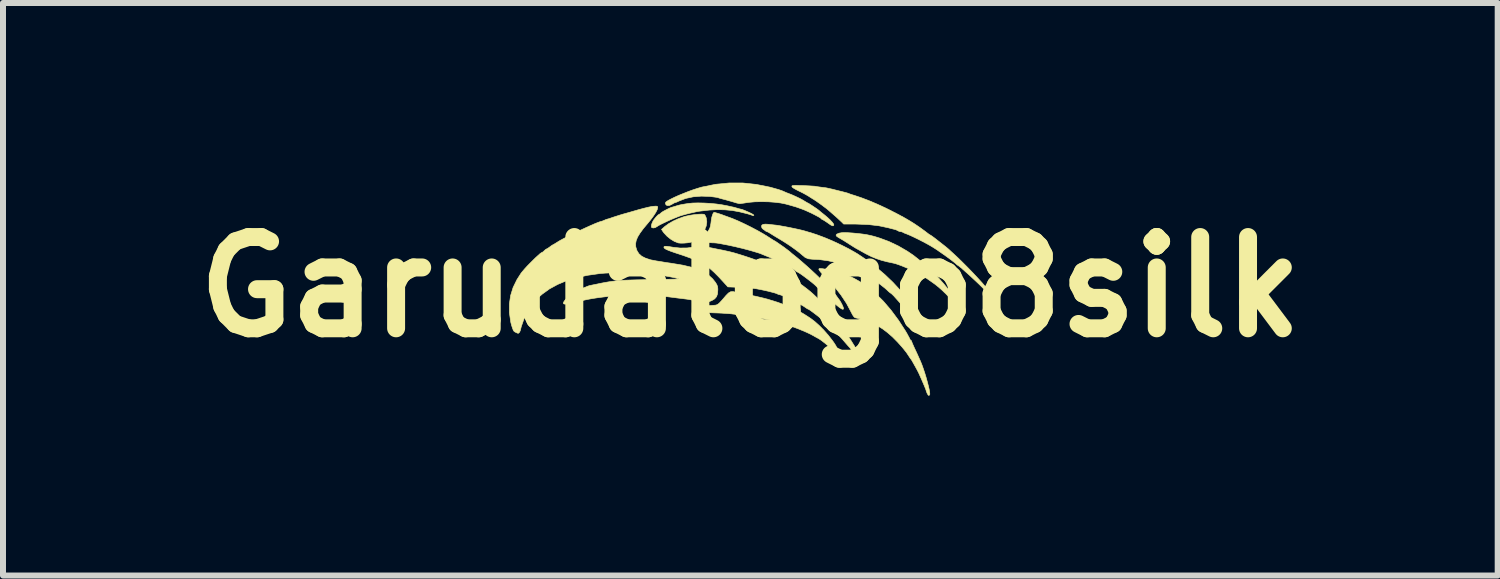
<source format=kicad_pcb>
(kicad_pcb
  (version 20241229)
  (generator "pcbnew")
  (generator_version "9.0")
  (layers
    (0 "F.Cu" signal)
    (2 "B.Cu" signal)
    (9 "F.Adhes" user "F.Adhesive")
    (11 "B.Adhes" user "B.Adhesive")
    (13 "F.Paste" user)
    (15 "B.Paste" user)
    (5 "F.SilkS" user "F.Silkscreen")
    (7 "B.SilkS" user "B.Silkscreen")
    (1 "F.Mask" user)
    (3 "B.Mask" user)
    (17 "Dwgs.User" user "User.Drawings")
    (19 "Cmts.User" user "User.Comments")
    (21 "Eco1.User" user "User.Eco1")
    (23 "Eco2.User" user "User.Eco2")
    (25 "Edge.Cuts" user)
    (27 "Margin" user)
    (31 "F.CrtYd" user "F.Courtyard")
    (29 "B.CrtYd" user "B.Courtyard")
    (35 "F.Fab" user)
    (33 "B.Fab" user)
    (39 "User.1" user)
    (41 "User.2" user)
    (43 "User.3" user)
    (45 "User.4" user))
  (footprint "Garudalogo8silk"
    (layer "F.Cu")
    (at 6.898 1.222)
    (property "Reference" "Garudalogo8silk" (at 2.58 0.52 0) (layer "F.SilkS") (effects (font (size 1.524 1.524) (thickness 0.3))))
    (attr through_hole)
    (fp_poly (pts (xy 1.8 -0.695) (xy 1.814 -0.691) (xy 1.826 -0.673) (xy 1.84 -0.643) (xy 1.844 -0.631) (xy 1.853 -0.567) (xy 1.843 -0.499) (xy 1.815 -0.431) (xy 1.771 -0.365) (xy 1.713 -0.305) (xy 1.643 -0.254) (xy 1.613 -0.237) (xy 1.578 -0.226) (xy 1.529 -0.218) (xy 1.473 -0.213) (xy 1.42 -0.212) (xy 1.377 -0.216) (xy 1.372 -0.218) (xy 1.311 -0.242) (xy 1.247 -0.281) (xy 1.186 -0.331) (xy 1.135 -0.386) (xy 1.119 -0.408) (xy 1.097 -0.442) (xy 1.154 -0.492) (xy 1.214 -0.536) (xy 1.29 -0.58) (xy 1.375 -0.619) (xy 1.463 -0.651) (xy 1.489 -0.659) (xy 1.542 -0.671) (xy 1.601 -0.682) (xy 1.661 -0.69) (xy 1.718 -0.695) (xy 1.766 -0.697) (xy 1.8 -0.695)) (stroke (width 0.01) (type solid)) (fill yes) (layer "F.SilkS"))
    (fp_poly (pts (xy 1.805 -0.882) (xy 1.909 -0.876) (xy 2.013 -0.866) (xy 2.11 -0.852) (xy 2.194 -0.836) (xy 2.235 -0.827) (xy 2.269 -0.819) (xy 2.286 -0.816) (xy 2.311 -0.81) (xy 2.346 -0.8) (xy 2.361 -0.796) (xy 2.394 -0.786) (xy 2.419 -0.78) (xy 2.425 -0.779) (xy 2.442 -0.775) (xy 2.472 -0.763) (xy 2.488 -0.757) (xy 2.559 -0.726) (xy 2.607 -0.702) (xy 2.634 -0.685) (xy 2.639 -0.676) (xy 2.638 -0.675) (xy 2.618 -0.673) (xy 2.614 -0.675) (xy 2.598 -0.682) (xy 2.566 -0.692) (xy 2.526 -0.704) (xy 2.525 -0.704) (xy 2.396 -0.736) (xy 2.275 -0.758) (xy 2.155 -0.769) (xy 2.031 -0.772) (xy 1.897 -0.765) (xy 1.749 -0.748) (xy 1.717 -0.744) (xy 1.684 -0.738) (xy 1.635 -0.727) (xy 1.577 -0.714) (xy 1.517 -0.699) (xy 1.463 -0.684) (xy 1.42 -0.672) (xy 1.414 -0.67) (xy 1.369 -0.653) (xy 1.314 -0.631) (xy 1.252 -0.605) (xy 1.19 -0.577) (xy 1.131 -0.549) (xy 1.08 -0.524) (xy 1.042 -0.503) (xy 1.021 -0.489) (xy 0.992 -0.472) (xy 0.961 -0.466) (xy 0.936 -0.471) (xy 0.932 -0.475) (xy 0.927 -0.497) (xy 0.933 -0.53) (xy 0.948 -0.568) (xy 0.964 -0.596) (xy 0.992 -0.632) (xy 1.019 -0.663) (xy 1.042 -0.685) (xy 1.054 -0.692) (xy 1.07 -0.7) (xy 1.079 -0.709) (xy 1.099 -0.726) (xy 1.127 -0.744) (xy 1.129 -0.745) (xy 1.19 -0.777) (xy 1.233 -0.798) (xy 1.262 -0.81) (xy 1.274 -0.813) (xy 1.296 -0.819) (xy 1.329 -0.829) (xy 1.345 -0.834) (xy 1.39 -0.847) (xy 1.44 -0.858) (xy 1.454 -0.86) (xy 1.496 -0.867) (xy 1.535 -0.873) (xy 1.547 -0.875) (xy 1.618 -0.882) (xy 1.706 -0.884) (xy 1.805 -0.882)) (stroke (width 0.01) (type solid)) (fill yes) (layer "F.SilkS"))
    (fp_poly (pts (xy 4.207 -0.387) (xy 4.28 -0.382) (xy 4.283 -0.382) (xy 4.377 -0.373) (xy 4.455 -0.364) (xy 4.522 -0.354) (xy 4.584 -0.341) (xy 4.648 -0.325) (xy 4.719 -0.303) (xy 4.739 -0.297) (xy 4.893 -0.24) (xy 5.049 -0.166) (xy 5.199 -0.079) (xy 5.304 -0.008) (xy 5.339 0.02) (xy 5.384 0.055) (xy 5.434 0.096) (xy 5.485 0.138) (xy 5.534 0.179) (xy 5.576 0.215) (xy 5.609 0.244) (xy 5.627 0.262) (xy 5.628 0.263) (xy 5.642 0.278) (xy 5.668 0.307) (xy 5.702 0.346) (xy 5.742 0.391) (xy 5.753 0.404) (xy 5.801 0.458) (xy 5.849 0.516) (xy 5.894 0.572) (xy 5.929 0.618) (xy 5.967 0.67) (xy 6.012 0.73) (xy 6.055 0.79) (xy 6.072 0.813) (xy 6.114 0.872) (xy 6.138 0.916) (xy 6.147 0.944) (xy 6.14 0.958) (xy 6.132 0.959) (xy 6.114 0.951) (xy 6.094 0.933) (xy 6.072 0.906) (xy 6.047 0.872) (xy 6.043 0.866) (xy 5.991 0.796) (xy 5.924 0.718) (xy 5.849 0.639) (xy 5.771 0.564) (xy 5.694 0.498) (xy 5.645 0.461) (xy 5.581 0.416) (xy 5.531 0.381) (xy 5.489 0.354) (xy 5.452 0.331) (xy 5.414 0.309) (xy 5.37 0.285) (xy 5.362 0.281) (xy 5.312 0.255) (xy 5.252 0.227) (xy 5.186 0.199) (xy 5.121 0.172) (xy 5.06 0.149) (xy 5.01 0.132) (xy 4.977 0.123) (xy 4.864 0.099) (xy 4.768 0.074) (xy 4.682 0.045) (xy 4.599 0.011) (xy 4.513 -0.032) (xy 4.468 -0.057) (xy 4.427 -0.08) (xy 4.389 -0.101) (xy 4.366 -0.114) (xy 4.347 -0.124) (xy 4.331 -0.134) (xy 4.311 -0.146) (xy 4.284 -0.163) (xy 4.246 -0.187) (xy 4.196 -0.219) (xy 4.149 -0.249) (xy 4.104 -0.276) (xy 4.068 -0.297) (xy 4.055 -0.304) (xy 4.022 -0.326) (xy 4.011 -0.346) (xy 4.024 -0.363) (xy 4.059 -0.378) (xy 4.072 -0.381) (xy 4.108 -0.387) (xy 4.152 -0.389) (xy 4.207 -0.387)) (stroke (width 0.01) (type solid)) (fill yes) (layer "F.SilkS"))
    (fp_poly (pts (xy 2.337 0.607) (xy 2.369 0.617) (xy 2.415 0.627) (xy 2.463 0.636) (xy 2.465 0.636) (xy 2.673 0.675) (xy 2.864 0.722) (xy 3.041 0.777) (xy 3.21 0.841) (xy 3.319 0.891) (xy 3.372 0.916) (xy 3.413 0.937) (xy 3.45 0.957) (xy 3.488 0.98) (xy 3.533 1.009) (xy 3.585 1.043) (xy 3.654 1.095) (xy 3.73 1.163) (xy 3.807 1.241) (xy 3.881 1.325) (xy 3.947 1.41) (xy 3.974 1.447) (xy 3.994 1.478) (xy 4.008 1.5) (xy 4.012 1.508) (xy 4.017 1.52) (xy 4.031 1.546) (xy 4.051 1.584) (xy 4.062 1.604) (xy 4.088 1.652) (xy 4.102 1.684) (xy 4.105 1.701) (xy 4.098 1.709) (xy 4.092 1.709) (xy 4.081 1.701) (xy 4.058 1.68) (xy 4.028 1.649) (xy 4.004 1.624) (xy 3.947 1.565) (xy 3.885 1.508) (xy 3.823 1.456) (xy 3.766 1.412) (xy 3.718 1.38) (xy 3.7 1.371) (xy 3.68 1.36) (xy 3.649 1.343) (xy 3.631 1.332) (xy 3.559 1.295) (xy 3.47 1.255) (xy 3.369 1.214) (xy 3.26 1.174) (xy 3.149 1.137) (xy 3.042 1.105) (xy 2.943 1.079) (xy 2.863 1.062) (xy 2.823 1.055) (xy 2.771 1.045) (xy 2.717 1.035) (xy 2.707 1.033) (xy 2.596 1.013) (xy 2.502 0.997) (xy 2.424 0.987) (xy 2.383 0.982) (xy 2.331 0.976) (xy 2.277 0.97) (xy 2.274 0.969) (xy 2.229 0.965) (xy 2.168 0.961) (xy 2.098 0.956) (xy 2.024 0.953) (xy 1.991 0.952) (xy 1.911 0.949) (xy 1.851 0.946) (xy 1.807 0.943) (xy 1.777 0.939) (xy 1.758 0.933) (xy 1.746 0.925) (xy 1.739 0.914) (xy 1.735 0.907) (xy 1.728 0.884) (xy 1.731 0.866) (xy 1.747 0.853) (xy 1.779 0.843) (xy 1.827 0.836) (xy 1.896 0.83) (xy 1.939 0.827) (xy 1.972 0.825) (xy 1.998 0.823) (xy 2.02 0.817) (xy 2.04 0.806) (xy 2.063 0.787) (xy 2.091 0.757) (xy 2.128 0.715) (xy 2.176 0.659) (xy 2.215 0.62) (xy 2.251 0.599) (xy 2.29 0.596) (xy 2.337 0.607)) (stroke (width 0.01) (type solid)) (fill yes) (layer "F.SilkS"))
    (fp_poly (pts (xy 3.776 0.213) (xy 3.82 0.22) (xy 3.865 0.227) (xy 3.867 0.228) (xy 3.911 0.236) (xy 3.968 0.249) (xy 4.033 0.266) (xy 4.096 0.283) (xy 4.129 0.293) (xy 4.19 0.317) (xy 4.263 0.351) (xy 4.343 0.393) (xy 4.423 0.439) (xy 4.496 0.487) (xy 4.529 0.511) (xy 4.665 0.623) (xy 4.8 0.756) (xy 4.93 0.908) (xy 5.056 1.078) (xy 5.166 1.248) (xy 5.194 1.295) (xy 5.217 1.338) (xy 5.234 1.369) (xy 5.241 1.384) (xy 5.251 1.404) (xy 5.259 1.409) (xy 5.27 1.418) (xy 5.27 1.42) (xy 5.275 1.435) (xy 5.287 1.466) (xy 5.305 1.506) (xy 5.317 1.533) (xy 5.343 1.588) (xy 5.363 1.631) (xy 5.381 1.671) (xy 5.401 1.716) (xy 5.42 1.758) (xy 5.443 1.814) (xy 5.467 1.881) (xy 5.491 1.953) (xy 5.514 2.028) (xy 5.534 2.101) (xy 5.552 2.17) (xy 5.566 2.23) (xy 5.574 2.277) (xy 5.576 2.307) (xy 5.575 2.315) (xy 5.563 2.331) (xy 5.549 2.325) (xy 5.532 2.295) (xy 5.53 2.291) (xy 5.519 2.262) (xy 5.513 2.243) (xy 5.513 2.241) (xy 5.508 2.227) (xy 5.496 2.197) (xy 5.479 2.156) (xy 5.458 2.107) (xy 5.436 2.056) (xy 5.414 2.007) (xy 5.395 1.964) (xy 5.394 1.963) (xy 5.379 1.932) (xy 5.358 1.892) (xy 5.333 1.847) (xy 5.308 1.802) (xy 5.286 1.763) (xy 5.269 1.734) (xy 5.259 1.721) (xy 5.259 1.721) (xy 5.248 1.707) (xy 5.241 1.696) (xy 5.186 1.613) (xy 5.116 1.526) (xy 5.037 1.438) (xy 4.954 1.354) (xy 4.87 1.281) (xy 4.792 1.222) (xy 4.782 1.215) (xy 4.693 1.161) (xy 4.607 1.118) (xy 4.519 1.084) (xy 4.421 1.055) (xy 4.329 1.033) (xy 4.31 1.019) (xy 4.285 0.982) (xy 4.266 0.945) (xy 4.186 0.794) (xy 4.094 0.655) (xy 3.988 0.52) (xy 3.864 0.386) (xy 3.848 0.37) (xy 3.792 0.314) (xy 3.754 0.271) (xy 3.731 0.241) (xy 3.723 0.222) (xy 3.731 0.212) (xy 3.752 0.211) (xy 3.776 0.213)) (stroke (width 0.01) (type solid)) (fill yes) (layer "F.SilkS"))
    (fp_poly (pts (xy 2.883 -0.527) (xy 2.933 -0.521) (xy 2.987 -0.515) (xy 3.007 -0.513) (xy 3.046 -0.508) (xy 3.101 -0.498) (xy 3.168 -0.486) (xy 3.24 -0.472) (xy 3.312 -0.457) (xy 3.378 -0.443) (xy 3.433 -0.43) (xy 3.469 -0.421) (xy 3.51 -0.409) (xy 3.56 -0.394) (xy 3.59 -0.386) (xy 3.704 -0.348) (xy 3.831 -0.3) (xy 3.963 -0.244) (xy 4.095 -0.182) (xy 4.222 -0.118) (xy 4.335 -0.054) (xy 4.37 -0.033) (xy 4.527 0.072) (xy 4.68 0.189) (xy 4.826 0.313) (xy 4.961 0.442) (xy 5.081 0.572) (xy 5.183 0.7) (xy 5.207 0.734) (xy 5.233 0.771) (xy 5.256 0.8) (xy 5.27 0.816) (xy 5.272 0.818) (xy 5.282 0.831) (xy 5.282 0.833) (xy 5.287 0.848) (xy 5.303 0.876) (xy 5.323 0.91) (xy 5.351 0.956) (xy 5.381 1.01) (xy 5.41 1.067) (xy 5.436 1.122) (xy 5.458 1.171) (xy 5.473 1.209) (xy 5.478 1.232) (xy 5.473 1.254) (xy 5.458 1.256) (xy 5.434 1.239) (xy 5.402 1.201) (xy 5.391 1.187) (xy 5.362 1.148) (xy 5.325 1.097) (xy 5.284 1.042) (xy 5.252 0.997) (xy 5.221 0.956) (xy 5.182 0.908) (xy 5.139 0.856) (xy 5.094 0.803) (xy 5.049 0.752) (xy 5.007 0.705) (xy 4.972 0.666) (xy 4.944 0.639) (xy 4.928 0.625) (xy 4.925 0.624) (xy 4.913 0.616) (xy 4.89 0.597) (xy 4.866 0.574) (xy 4.827 0.539) (xy 4.78 0.502) (xy 4.751 0.479) (xy 4.717 0.455) (xy 4.689 0.435) (xy 4.676 0.424) (xy 4.632 0.393) (xy 4.571 0.356) (xy 4.499 0.315) (xy 4.42 0.273) (xy 4.339 0.234) (xy 4.261 0.198) (xy 4.196 0.172) (xy 4.039 0.12) (xy 3.88 0.082) (xy 3.725 0.061) (xy 3.613 0.056) (xy 3.549 0.049) (xy 3.496 0.027) (xy 3.446 -0.014) (xy 3.405 -0.049) (xy 3.349 -0.093) (xy 3.28 -0.143) (xy 3.204 -0.195) (xy 3.124 -0.246) (xy 3.065 -0.282) (xy 3.013 -0.313) (xy 2.965 -0.342) (xy 2.927 -0.366) (xy 2.903 -0.381) (xy 2.901 -0.382) (xy 2.876 -0.397) (xy 2.859 -0.404) (xy 2.858 -0.404) (xy 2.841 -0.411) (xy 2.831 -0.418) (xy 2.808 -0.436) (xy 2.793 -0.445) (xy 2.774 -0.466) (xy 2.767 -0.488) (xy 2.771 -0.512) (xy 2.792 -0.525) (xy 2.83 -0.53) (xy 2.883 -0.527)) (stroke (width 0.01) (type solid)) (fill yes) (layer "F.SilkS"))
    (fp_poly (pts (xy 2.452 -1.217) (xy 2.68 -1.193) (xy 2.909 -1.147) (xy 3.048 -1.108) (xy 3.089 -1.094) (xy 3.122 -1.082) (xy 3.139 -1.074) (xy 3.14 -1.074) (xy 3.157 -1.066) (xy 3.187 -1.053) (xy 3.209 -1.045) (xy 3.273 -1.02) (xy 3.342 -0.989) (xy 3.409 -0.957) (xy 3.464 -0.927) (xy 3.481 -0.916) (xy 3.511 -0.898) (xy 3.532 -0.886) (xy 3.538 -0.883) (xy 3.551 -0.877) (xy 3.578 -0.86) (xy 3.612 -0.838) (xy 3.649 -0.813) (xy 3.684 -0.79) (xy 3.711 -0.77) (xy 3.723 -0.761) (xy 3.74 -0.746) (xy 3.769 -0.722) (xy 3.806 -0.692) (xy 3.817 -0.684) (xy 3.867 -0.642) (xy 3.911 -0.601) (xy 3.945 -0.565) (xy 3.967 -0.536) (xy 3.974 -0.517) (xy 3.974 -0.516) (xy 3.965 -0.503) (xy 3.948 -0.503) (xy 3.92 -0.517) (xy 3.885 -0.542) (xy 3.847 -0.568) (xy 3.812 -0.591) (xy 3.79 -0.603) (xy 3.767 -0.615) (xy 3.758 -0.626) (xy 3.758 -0.626) (xy 3.748 -0.634) (xy 3.721 -0.65) (xy 3.682 -0.671) (xy 3.636 -0.695) (xy 3.585 -0.72) (xy 3.535 -0.743) (xy 3.49 -0.763) (xy 3.455 -0.777) (xy 3.452 -0.778) (xy 3.414 -0.792) (xy 3.382 -0.803) (xy 3.371 -0.807) (xy 3.343 -0.817) (xy 3.298 -0.83) (xy 3.239 -0.847) (xy 3.173 -0.865) (xy 3.169 -0.866) (xy 3.087 -0.883) (xy 2.988 -0.895) (xy 2.88 -0.903) (xy 2.768 -0.905) (xy 2.659 -0.903) (xy 2.558 -0.894) (xy 2.517 -0.888) (xy 2.473 -0.881) (xy 2.435 -0.876) (xy 2.413 -0.872) (xy 2.39 -0.874) (xy 2.354 -0.882) (xy 2.32 -0.892) (xy 2.275 -0.906) (xy 2.218 -0.922) (xy 2.161 -0.938) (xy 2.153 -0.94) (xy 2.106 -0.952) (xy 2.067 -0.963) (xy 2.042 -0.971) (xy 2.037 -0.973) (xy 2.019 -0.977) (xy 1.983 -0.982) (xy 1.937 -0.988) (xy 1.905 -0.992) (xy 1.762 -0.997) (xy 1.626 -0.986) (xy 1.501 -0.959) (xy 1.389 -0.916) (xy 1.383 -0.913) (xy 1.351 -0.898) (xy 1.328 -0.89) (xy 1.323 -0.889) (xy 1.307 -0.883) (xy 1.28 -0.867) (xy 1.268 -0.86) (xy 1.231 -0.842) (xy 1.198 -0.839) (xy 1.173 -0.85) (xy 1.162 -0.874) (xy 1.163 -0.888) (xy 1.175 -0.903) (xy 1.207 -0.924) (xy 1.254 -0.949) (xy 1.313 -0.978) (xy 1.382 -1.009) (xy 1.458 -1.04) (xy 1.536 -1.071) (xy 1.615 -1.1) (xy 1.691 -1.125) (xy 1.761 -1.146) (xy 1.778 -1.15) (xy 2.001 -1.195) (xy 2.226 -1.217) (xy 2.452 -1.217)) (stroke (width 0.01) (type solid)) (fill yes) (layer "F.SilkS"))
    (fp_poly (pts (xy 1.99 -0.724) (xy 2.019 -0.715) (xy 2.056 -0.704) (xy 2.091 -0.692) (xy 2.118 -0.683) (xy 2.124 -0.68) (xy 2.149 -0.671) (xy 2.185 -0.658) (xy 2.199 -0.653) (xy 2.281 -0.623) (xy 2.378 -0.582) (xy 2.483 -0.533) (xy 2.592 -0.479) (xy 2.7 -0.422) (xy 2.802 -0.364) (xy 2.892 -0.308) (xy 2.921 -0.289) (xy 2.951 -0.27) (xy 2.972 -0.257) (xy 2.979 -0.254) (xy 2.991 -0.247) (xy 3.018 -0.23) (xy 3.054 -0.205) (xy 3.096 -0.176) (xy 3.14 -0.145) (xy 3.18 -0.115) (xy 3.213 -0.09) (xy 3.235 -0.073) (xy 3.239 -0.07) (xy 3.26 -0.051) (xy 3.288 -0.027) (xy 3.294 -0.023) (xy 3.36 0.03) (xy 3.433 0.092) (xy 3.512 0.161) (xy 3.593 0.234) (xy 3.675 0.31) (xy 3.753 0.386) (xy 3.827 0.458) (xy 3.893 0.525) (xy 3.948 0.583) (xy 3.99 0.632) (xy 4.009 0.656) (xy 4.033 0.691) (xy 4.053 0.718) (xy 4.064 0.732) (xy 4.075 0.748) (xy 4.093 0.779) (xy 4.11 0.811) (xy 4.13 0.856) (xy 4.136 0.883) (xy 4.127 0.893) (xy 4.103 0.885) (xy 4.064 0.859) (xy 4.057 0.853) (xy 4.027 0.829) (xy 3.985 0.793) (xy 3.937 0.75) (xy 3.884 0.702) (xy 3.831 0.653) (xy 3.781 0.607) (xy 3.738 0.566) (xy 3.705 0.533) (xy 3.685 0.512) (xy 3.685 0.511) (xy 3.665 0.492) (xy 3.633 0.464) (xy 3.591 0.43) (xy 3.543 0.393) (xy 3.494 0.356) (xy 3.448 0.322) (xy 3.407 0.294) (xy 3.376 0.275) (xy 3.359 0.267) (xy 3.358 0.267) (xy 3.342 0.258) (xy 3.325 0.243) (xy 3.306 0.226) (xy 3.293 0.22) (xy 3.278 0.214) (xy 3.252 0.198) (xy 3.233 0.186) (xy 3.204 0.167) (xy 3.184 0.158) (xy 3.178 0.157) (xy 3.167 0.154) (xy 3.158 0.145) (xy 3.139 0.13) (xy 3.13 0.127) (xy 3.113 0.122) (xy 3.084 0.109) (xy 3.053 0.094) (xy 3.013 0.074) (xy 2.96 0.05) (xy 2.905 0.026) (xy 2.886 0.018) (xy 2.838 -0.001) (xy 2.797 -0.018) (xy 2.768 -0.03) (xy 2.759 -0.034) (xy 2.735 -0.043) (xy 2.694 -0.056) (xy 2.643 -0.071) (xy 2.586 -0.088) (xy 2.531 -0.103) (xy 2.481 -0.116) (xy 2.465 -0.121) (xy 2.387 -0.139) (xy 2.326 -0.154) (xy 2.275 -0.165) (xy 2.226 -0.176) (xy 2.174 -0.186) (xy 2.111 -0.198) (xy 2.06 -0.208) (xy 2.017 -0.214) (xy 1.967 -0.218) (xy 1.944 -0.218) (xy 1.893 -0.222) (xy 1.849 -0.233) (xy 1.815 -0.248) (xy 1.797 -0.265) (xy 1.795 -0.272) (xy 1.799 -0.294) (xy 1.813 -0.323) (xy 1.839 -0.363) (xy 1.866 -0.4) (xy 1.888 -0.433) (xy 1.904 -0.464) (xy 1.914 -0.499) (xy 1.922 -0.546) (xy 1.929 -0.604) (xy 1.936 -0.643) (xy 1.947 -0.68) (xy 1.959 -0.71) (xy 1.972 -0.726) (xy 1.975 -0.727) (xy 1.99 -0.724)) (stroke (width 0.01) (type solid)) (fill yes) (layer "F.SilkS"))
    (fp_poly (pts (xy 1.749 -0.161) (xy 1.797 -0.155) (xy 1.861 -0.145) (xy 1.939 -0.131) (xy 2.026 -0.113) (xy 2.108 -0.097) (xy 2.172 -0.083) (xy 2.223 -0.072) (xy 2.266 -0.061) (xy 2.305 -0.051) (xy 2.346 -0.039) (xy 2.392 -0.025) (xy 2.424 -0.015) (xy 2.505 0.011) (xy 2.568 0.032) (xy 2.617 0.049) (xy 2.657 0.063) (xy 2.692 0.077) (xy 2.701 0.081) (xy 2.738 0.097) (xy 2.77 0.11) (xy 2.782 0.115) (xy 2.841 0.14) (xy 2.903 0.168) (xy 2.962 0.195) (xy 3.01 0.218) (xy 3.03 0.229) (xy 3.104 0.271) (xy 3.182 0.318) (xy 3.26 0.365) (xy 3.33 0.41) (xy 3.387 0.449) (xy 3.396 0.455) (xy 3.469 0.508) (xy 3.528 0.553) (xy 3.58 0.595) (xy 3.63 0.639) (xy 3.683 0.689) (xy 3.736 0.741) (xy 3.801 0.805) (xy 3.856 0.864) (xy 3.91 0.923) (xy 3.966 0.989) (xy 4.021 1.057) (xy 4.042 1.085) (xy 4.071 1.126) (xy 4.106 1.177) (xy 4.145 1.235) (xy 4.186 1.297) (xy 4.226 1.36) (xy 4.265 1.42) (xy 4.299 1.475) (xy 4.328 1.521) (xy 4.348 1.555) (xy 4.357 1.574) (xy 4.358 1.576) (xy 4.363 1.588) (xy 4.377 1.613) (xy 4.391 1.638) (xy 4.411 1.674) (xy 4.427 1.705) (xy 4.432 1.719) (xy 4.435 1.74) (xy 4.425 1.744) (xy 4.406 1.735) (xy 4.383 1.712) (xy 4.369 1.695) (xy 4.317 1.624) (xy 4.275 1.572) (xy 4.248 1.542) (xy 4.232 1.524) (xy 4.204 1.493) (xy 4.169 1.453) (xy 4.131 1.409) (xy 4.131 1.409) (xy 4.065 1.335) (xy 3.988 1.256) (xy 3.905 1.176) (xy 3.823 1.101) (xy 3.747 1.036) (xy 3.719 1.014) (xy 3.659 0.968) (xy 3.615 0.935) (xy 3.585 0.913) (xy 3.564 0.899) (xy 3.552 0.892) (xy 3.546 0.89) (xy 3.532 0.883) (xy 3.507 0.867) (xy 3.5 0.862) (xy 3.471 0.842) (xy 3.427 0.817) (xy 3.373 0.788) (xy 3.314 0.757) (xy 3.253 0.727) (xy 3.193 0.699) (xy 3.141 0.675) (xy 3.098 0.657) (xy 3.07 0.648) (xy 3.064 0.647) (xy 3.041 0.641) (xy 3.035 0.637) (xy 3.019 0.629) (xy 2.984 0.618) (xy 2.935 0.605) (xy 2.877 0.59) (xy 2.815 0.576) (xy 2.753 0.563) (xy 2.695 0.552) (xy 2.678 0.549) (xy 2.628 0.542) (xy 2.563 0.536) (xy 2.489 0.53) (xy 2.414 0.526) (xy 2.389 0.525) (xy 2.205 0.518) (xy 2.125 0.43) (xy 2.046 0.345) (xy 1.976 0.275) (xy 1.91 0.216) (xy 1.843 0.166) (xy 1.773 0.123) (xy 1.695 0.084) (xy 1.605 0.046) (xy 1.499 0.007) (xy 1.408 -0.024) (xy 1.322 -0.052) (xy 1.256 -0.075) (xy 1.207 -0.094) (xy 1.173 -0.109) (xy 1.152 -0.122) (xy 1.14 -0.133) (xy 1.137 -0.144) (xy 1.137 -0.145) (xy 1.141 -0.155) (xy 1.154 -0.16) (xy 1.18 -0.16) (xy 1.221 -0.155) (xy 1.282 -0.145) (xy 1.293 -0.143) (xy 1.405 -0.131) (xy 1.525 -0.132) (xy 1.639 -0.147) (xy 1.651 -0.149) (xy 1.686 -0.157) (xy 1.712 -0.161) (xy 1.72 -0.163) (xy 1.749 -0.161)) (stroke (width 0.01) (type solid)) (fill yes) (layer "F.SilkS"))
    (fp_poly (pts (xy 3.423 -1.174) (xy 3.449 -1.174) (xy 3.513 -1.171) (xy 3.572 -1.168) (xy 3.619 -1.165) (xy 3.651 -1.163) (xy 3.659 -1.162) (xy 3.698 -1.155) (xy 3.75 -1.148) (xy 3.802 -1.141) (xy 3.837 -1.137) (xy 3.86 -1.133) (xy 3.9 -1.124) (xy 3.95 -1.113) (xy 3.989 -1.103) (xy 4.061 -1.085) (xy 4.114 -1.072) (xy 4.152 -1.062) (xy 4.179 -1.055) (xy 4.197 -1.05) (xy 4.212 -1.045) (xy 4.225 -1.04) (xy 4.248 -1.031) (xy 4.285 -1.019) (xy 4.318 -1.009) (xy 4.434 -0.97) (xy 4.563 -0.921) (xy 4.699 -0.863) (xy 4.834 -0.801) (xy 4.901 -0.768) (xy 5.028 -0.703) (xy 5.138 -0.644) (xy 5.235 -0.588) (xy 5.323 -0.533) (xy 5.407 -0.476) (xy 5.491 -0.415) (xy 5.525 -0.389) (xy 5.555 -0.366) (xy 5.578 -0.351) (xy 5.587 -0.346) (xy 5.599 -0.339) (xy 5.624 -0.321) (xy 5.661 -0.294) (xy 5.704 -0.26) (xy 5.75 -0.224) (xy 5.796 -0.188) (xy 5.838 -0.155) (xy 5.872 -0.127) (xy 5.894 -0.108) (xy 5.927 -0.077) (xy 5.961 -0.046) (xy 5.969 -0.039) (xy 6.039 0.026) (xy 6.119 0.104) (xy 6.206 0.191) (xy 6.294 0.282) (xy 6.38 0.374) (xy 6.454 0.455) (xy 6.48 0.486) (xy 6.511 0.524) (xy 6.542 0.564) (xy 6.567 0.599) (xy 6.579 0.616) (xy 6.595 0.645) (xy 6.596 0.656) (xy 6.583 0.651) (xy 6.557 0.629) (xy 6.517 0.591) (xy 6.482 0.557) (xy 6.442 0.516) (xy 6.394 0.469) (xy 6.34 0.418) (xy 6.284 0.366) (xy 6.228 0.314) (xy 6.175 0.267) (xy 6.128 0.225) (xy 6.09 0.192) (xy 6.063 0.171) (xy 6.052 0.163) (xy 6.032 0.15) (xy 6.026 0.145) (xy 6.006 0.126) (xy 5.97 0.097) (xy 5.923 0.061) (xy 5.866 0.019) (xy 5.806 -0.024) (xy 5.744 -0.067) (xy 5.686 -0.107) (xy 5.633 -0.141) (xy 5.593 -0.165) (xy 5.528 -0.202) (xy 5.456 -0.24) (xy 5.382 -0.278) (xy 5.312 -0.312) (xy 5.25 -0.341) (xy 5.202 -0.361) (xy 5.195 -0.364) (xy 5.16 -0.377) (xy 5.134 -0.389) (xy 5.126 -0.394) (xy 5.107 -0.402) (xy 5.091 -0.404) (xy 5.062 -0.41) (xy 5.045 -0.419) (xy 5.015 -0.434) (xy 4.993 -0.441) (xy 4.968 -0.447) (xy 4.929 -0.457) (xy 4.883 -0.469) (xy 4.878 -0.47) (xy 4.728 -0.502) (xy 4.559 -0.522) (xy 4.371 -0.53) (xy 4.338 -0.531) (xy 4.139 -0.531) (xy 4.095 -0.574) (xy 4.063 -0.604) (xy 4.023 -0.641) (xy 3.982 -0.677) (xy 3.982 -0.677) (xy 3.943 -0.711) (xy 3.904 -0.745) (xy 3.874 -0.771) (xy 3.873 -0.772) (xy 3.847 -0.793) (xy 3.808 -0.822) (xy 3.761 -0.857) (xy 3.712 -0.892) (xy 3.667 -0.923) (xy 3.631 -0.947) (xy 3.621 -0.952) (xy 3.601 -0.965) (xy 3.569 -0.985) (xy 3.551 -0.997) (xy 3.515 -1.018) (xy 3.468 -1.044) (xy 3.419 -1.069) (xy 3.412 -1.072) (xy 3.354 -1.101) (xy 3.314 -1.123) (xy 3.289 -1.139) (xy 3.276 -1.152) (xy 3.273 -1.164) (xy 3.277 -1.17) (xy 3.291 -1.174) (xy 3.318 -1.176) (xy 3.361 -1.176) (xy 3.423 -1.174)) (stroke (width 0.01) (type solid)) (fill yes) (layer "F.SilkS"))
    (fp_poly (pts (xy 1.024 -0.828) (xy 1.031 -0.821) (xy 1.033 -0.806) (xy 1.025 -0.772) (xy 1.001 -0.725) (xy 0.964 -0.668) (xy 0.916 -0.603) (xy 0.866 -0.542) (xy 0.793 -0.455) (xy 0.738 -0.38) (xy 0.698 -0.315) (xy 0.674 -0.256) (xy 0.664 -0.202) (xy 0.667 -0.151) (xy 0.683 -0.098) (xy 0.688 -0.086) (xy 0.719 -0.036) (xy 0.766 0.006) (xy 0.831 0.039) (xy 0.914 0.066) (xy 1.018 0.086) (xy 1.027 0.087) (xy 1.065 0.093) (xy 1.113 0.101) (xy 1.143 0.106) (xy 1.193 0.114) (xy 1.251 0.122) (xy 1.293 0.129) (xy 1.45 0.155) (xy 1.586 0.187) (xy 1.702 0.225) (xy 1.801 0.27) (xy 1.883 0.322) (xy 1.95 0.383) (xy 1.997 0.442) (xy 2.02 0.48) (xy 2.033 0.513) (xy 2.037 0.55) (xy 2.037 0.57) (xy 2.032 0.634) (xy 2.015 0.682) (xy 1.984 0.718) (xy 1.941 0.744) (xy 1.915 0.755) (xy 1.893 0.763) (xy 1.87 0.766) (xy 1.84 0.765) (xy 1.797 0.762) (xy 1.749 0.756) (xy 1.693 0.75) (xy 1.643 0.743) (xy 1.605 0.737) (xy 1.587 0.734) (xy 1.562 0.729) (xy 1.522 0.723) (xy 1.474 0.717) (xy 1.46 0.715) (xy 1.411 0.709) (xy 1.368 0.704) (xy 1.338 0.7) (xy 1.333 0.699) (xy 1.122 0.673) (xy 0.903 0.657) (xy 0.682 0.651) (xy 0.467 0.656) (xy 0.264 0.67) (xy 0.207 0.677) (xy 0.107 0.689) (xy 0.024 0.7) (xy -0.049 0.711) (xy -0.116 0.723) (xy -0.184 0.737) (xy -0.259 0.754) (xy -0.347 0.776) (xy -0.372 0.782) (xy -0.444 0.798) (xy -0.496 0.806) (xy -0.529 0.804) (xy -0.542 0.794) (xy -0.538 0.773) (xy -0.517 0.742) (xy -0.503 0.725) (xy -0.429 0.654) (xy -0.344 0.597) (xy -0.254 0.555) (xy -0.209 0.536) (xy -0.17 0.521) (xy -0.144 0.51) (xy -0.139 0.508) (xy -0.127 0.504) (xy -0.114 0.499) (xy -0.096 0.495) (xy -0.069 0.489) (xy -0.03 0.481) (xy 0.025 0.47) (xy 0.086 0.457) (xy 0.155 0.444) (xy 0.22 0.433) (xy 0.283 0.424) (xy 0.348 0.417) (xy 0.419 0.411) (xy 0.497 0.406) (xy 0.586 0.403) (xy 0.69 0.4) (xy 0.811 0.398) (xy 0.927 0.396) (xy 1.027 0.395) (xy 1.121 0.393) (xy 1.203 0.391) (xy 1.274 0.39) (xy 1.329 0.388) (xy 1.367 0.387) (xy 1.385 0.385) (xy 1.387 0.385) (xy 1.369 0.377) (xy 1.332 0.368) (xy 1.278 0.357) (xy 1.212 0.344) (xy 1.135 0.332) (xy 1.051 0.32) (xy 0.963 0.308) (xy 0.875 0.298) (xy 0.854 0.295) (xy 0.776 0.289) (xy 0.682 0.285) (xy 0.577 0.282) (xy 0.467 0.281) (xy 0.357 0.281) (xy 0.252 0.284) (xy 0.158 0.288) (xy 0.08 0.294) (xy 0.069 0.295) (xy -0.135 0.324) (xy -0.32 0.364) (xy -0.487 0.414) (xy -0.637 0.477) (xy -0.773 0.551) (xy -0.895 0.639) (xy -0.963 0.698) (xy -1.056 0.799) (xy -1.133 0.912) (xy -1.195 1.039) (xy -1.245 1.182) (xy -1.261 1.247) (xy -1.274 1.276) (xy -1.292 1.292) (xy -1.299 1.293) (xy -1.313 1.288) (xy -1.334 1.279) (xy -1.359 1.265) (xy -1.371 1.253) (xy -1.38 1.236) (xy -1.392 1.204) (xy -1.405 1.165) (xy -1.415 1.128) (xy -1.421 1.103) (xy -1.443 0.948) (xy -1.443 0.802) (xy -1.423 0.663) (xy -1.381 0.528) (xy -1.317 0.397) (xy -1.248 0.289) (xy -1.223 0.258) (xy -1.188 0.217) (xy -1.146 0.171) (xy -1.099 0.123) (xy -1.051 0.075) (xy -1.005 0.03) (xy -0.963 -0.008) (xy -0.93 -0.038) (xy -0.907 -0.054) (xy -0.899 -0.057) (xy -0.884 -0.065) (xy -0.863 -0.084) (xy -0.861 -0.086) (xy -0.839 -0.106) (xy -0.824 -0.115) (xy -0.823 -0.115) (xy -0.808 -0.122) (xy -0.783 -0.139) (xy -0.768 -0.15) (xy -0.741 -0.17) (xy -0.722 -0.182) (xy -0.718 -0.184) (xy -0.706 -0.19) (xy -0.679 -0.206) (xy -0.644 -0.228) (xy -0.633 -0.235) (xy -0.593 -0.259) (xy -0.539 -0.288) (xy -0.473 -0.322) (xy -0.4 -0.359) (xy -0.323 -0.397) (xy -0.243 -0.435) (xy -0.165 -0.471) (xy -0.092 -0.504) (xy -0.026 -0.533) (xy 0.028 -0.555) (xy 0.069 -0.57) (xy 0.093 -0.577) (xy 0.095 -0.577) (xy 0.112 -0.582) (xy 0.138 -0.593) (xy 0.14 -0.594) (xy 0.171 -0.607) (xy 0.197 -0.615) (xy 0.225 -0.622) (xy 0.236 -0.626) (xy 0.263 -0.636) (xy 0.305 -0.65) (xy 0.355 -0.666) (xy 0.405 -0.682) (xy 0.448 -0.695) (xy 0.476 -0.703) (xy 0.513 -0.713) (xy 0.558 -0.726) (xy 0.583 -0.733) (xy 0.7 -0.767) (xy 0.796 -0.793) (xy 0.873 -0.812) (xy 0.932 -0.824) (xy 0.967 -0.828) (xy 1.004 -0.83) (xy 1.024 -0.828)) (stroke (width 0.01) (type solid)) (fill yes) (layer "F.SilkS")))
  (gr_rect
    (start -3 -3)
    (end 21.956 6.559)
    (stroke (width 0.1) (type default))
    (fill no)
    (layer "Edge.Cuts")))
</source>
